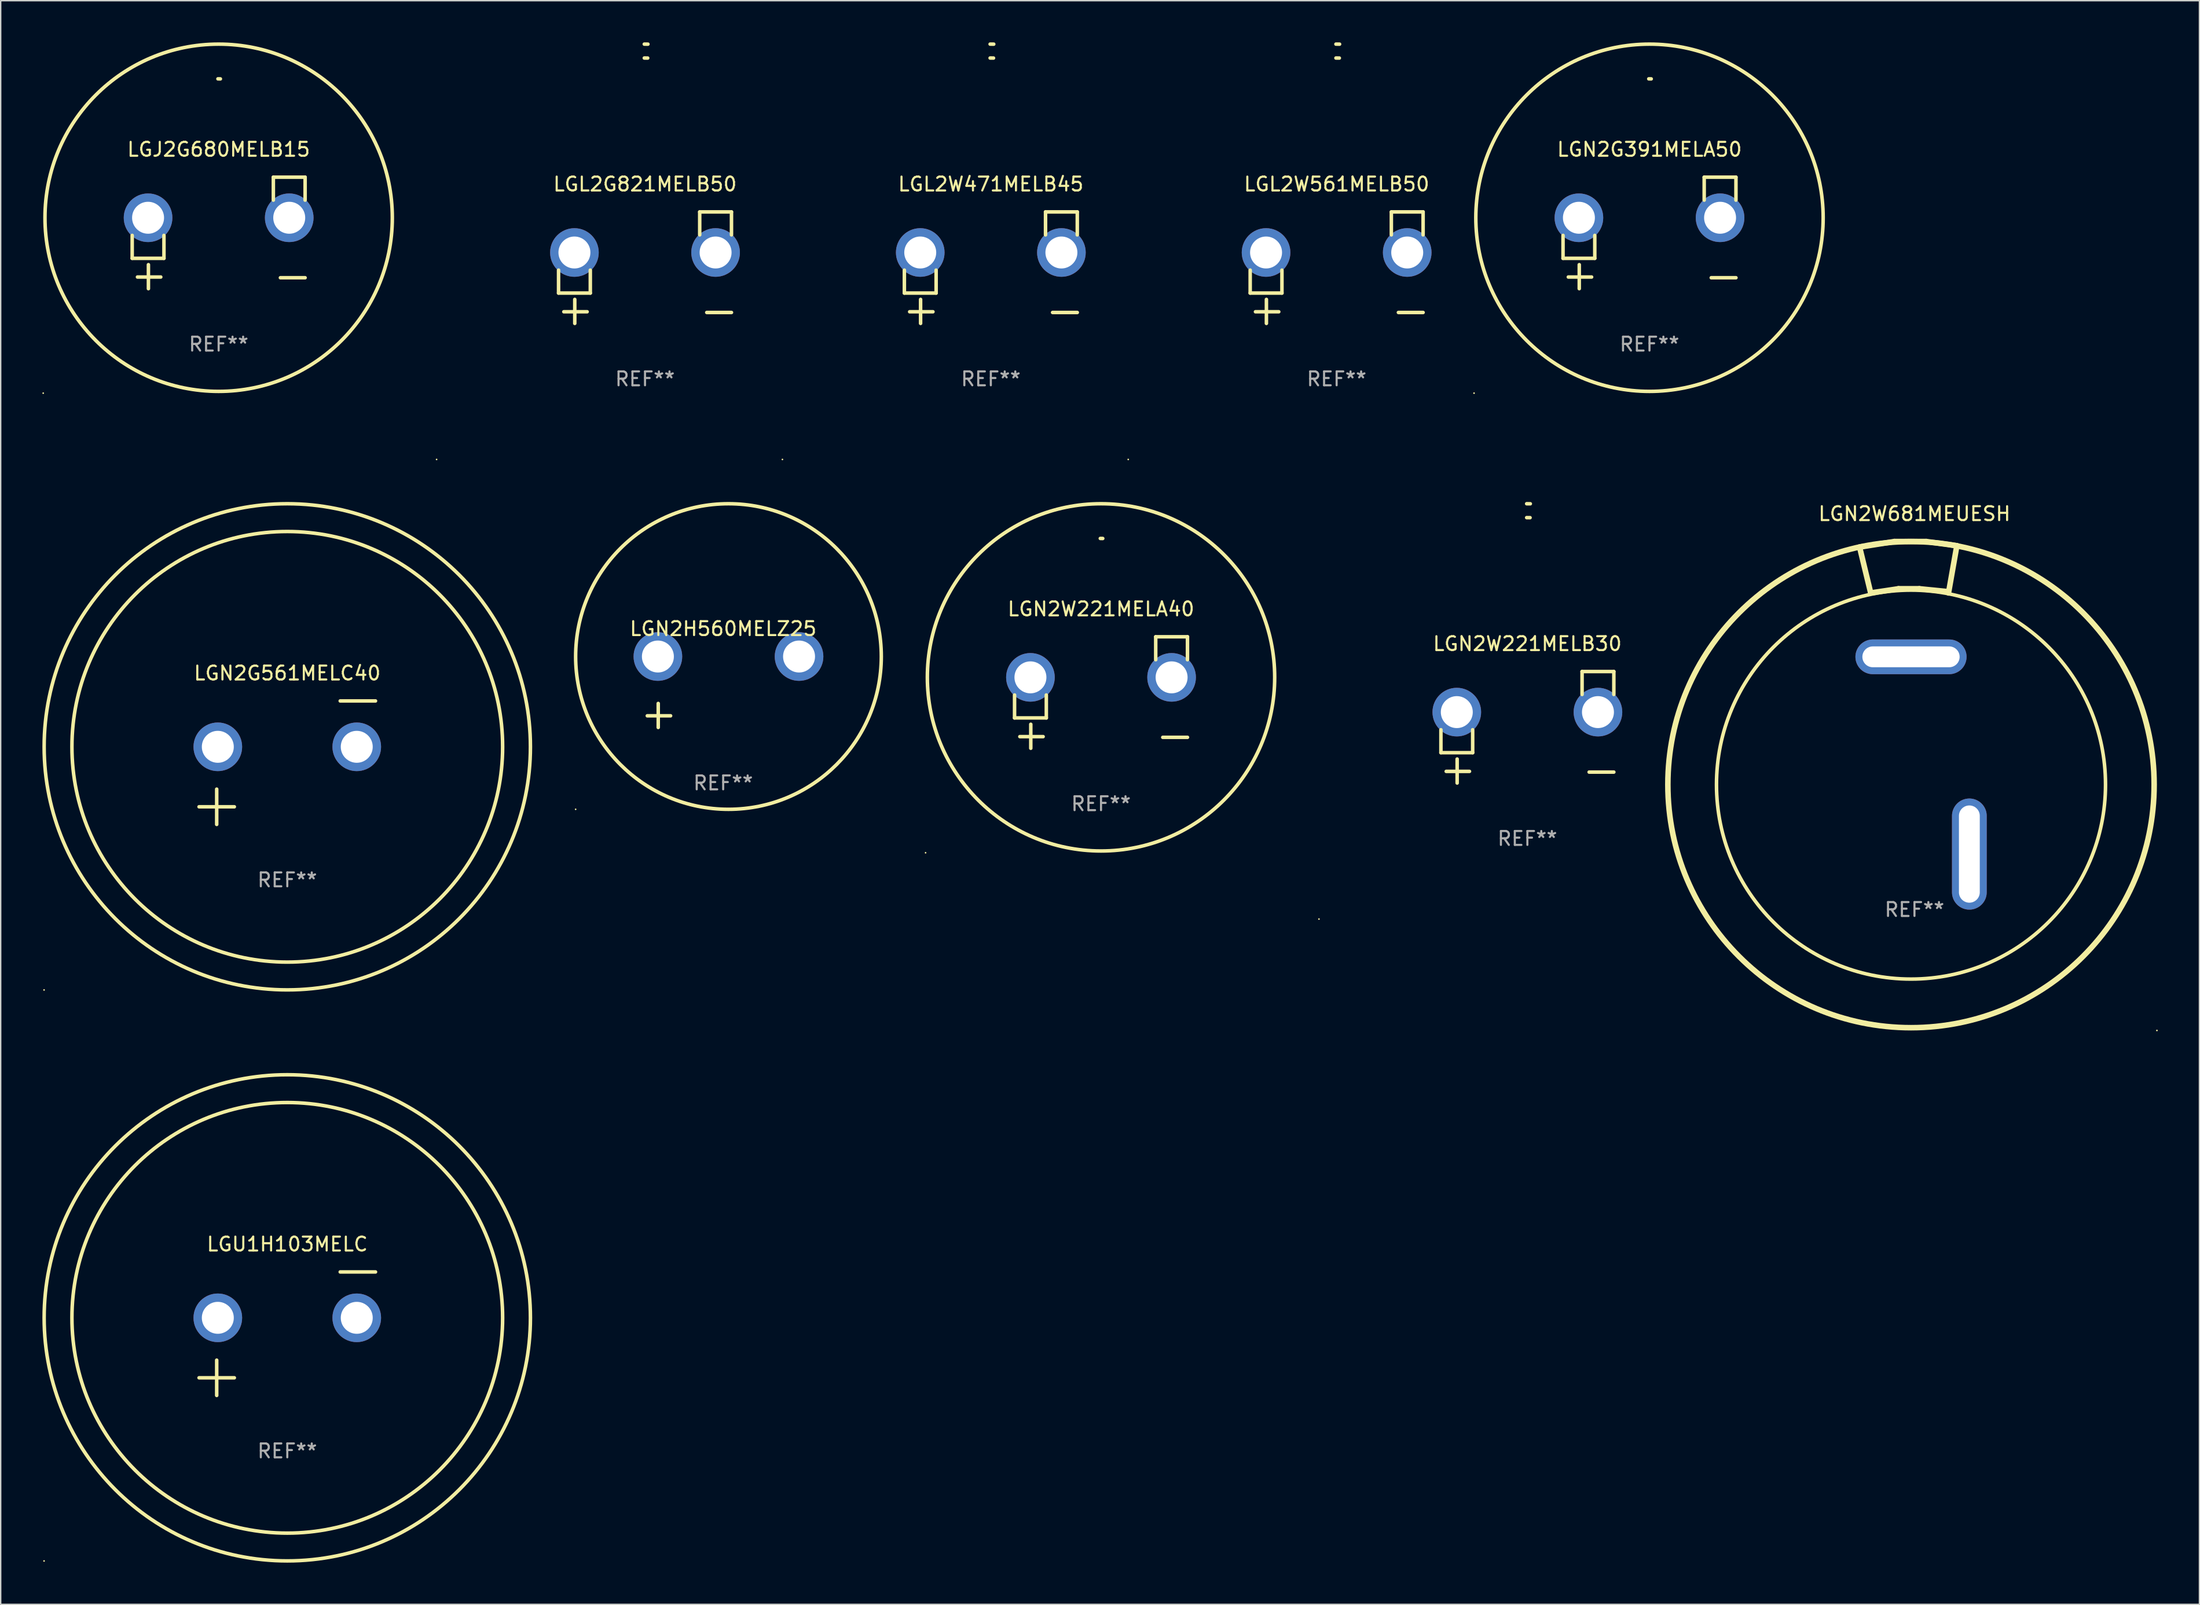
<source format=kicad_pcb>
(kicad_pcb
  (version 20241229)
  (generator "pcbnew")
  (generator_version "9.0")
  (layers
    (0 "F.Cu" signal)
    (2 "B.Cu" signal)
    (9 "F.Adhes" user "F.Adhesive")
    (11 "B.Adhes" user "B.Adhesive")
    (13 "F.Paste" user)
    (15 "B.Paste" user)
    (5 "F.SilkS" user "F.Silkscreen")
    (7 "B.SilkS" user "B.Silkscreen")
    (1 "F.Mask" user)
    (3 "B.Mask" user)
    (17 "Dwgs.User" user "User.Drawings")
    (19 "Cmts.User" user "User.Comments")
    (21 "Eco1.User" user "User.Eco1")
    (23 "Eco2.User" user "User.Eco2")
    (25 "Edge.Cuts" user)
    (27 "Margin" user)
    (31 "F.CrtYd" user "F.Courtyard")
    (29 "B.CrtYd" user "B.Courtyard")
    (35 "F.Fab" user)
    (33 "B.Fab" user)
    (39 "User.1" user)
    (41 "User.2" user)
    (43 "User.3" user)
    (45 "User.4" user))
  (footprint "LGN2W681MEUESH"
    (layer "F.Cu")
    (at 134.743 47.187)
    (property "Reference" "LGN2W681MEUESH" (at 0 -13.25 0) (layer "F.SilkS") (effects (font (size 1 1) (thickness 0.15))))
    (attr through_hole)
    (fp_line (start -3.95 -10.85) (end -3.15 -7.55) (stroke (width 0.4) (type solid)) (layer "F.SilkS"))
    (fp_line (start -3.15 -7.55) (end -1.15 -7.85) (stroke (width 0.4) (type solid)) (layer "F.SilkS"))
    (fp_line (start -1.45 -11.25) (end -3.95 -10.85) (stroke (width 0.4) (type solid)) (layer "F.SilkS"))
    (fp_line (start -1.15 -7.85) (end 0.35 -7.85) (stroke (width 0.4) (type solid)) (layer "F.SilkS"))
    (fp_line (start 0.35 -7.85) (end 2.35 -7.65) (stroke (width 0.4) (type solid)) (layer "F.SilkS"))
    (fp_line (start 0.85 -11.25) (end -1.45 -11.25) (stroke (width 0.4) (type solid)) (layer "F.SilkS"))
    (fp_line (start 2.45 -7.55) (end 3.05 -10.95) (stroke (width 0.4) (type solid)) (layer "F.SilkS"))
    (fp_line (start 3.05 -10.95) (end 0.85 -11.25) (stroke (width 0.4) (type solid)) (layer "F.SilkS"))
    (fp_circle (center -0.25 6.25) (end 13.75 6.25) (stroke (width 0.254) (type solid)) (fill no) (layer "F.SilkS"))
    (fp_circle (center -0.25 6.25) (end 17.25 6.25) (stroke (width 0.4) (type solid)) (fill no) (layer "F.SilkS"))
    (fp_circle (center 17.45 23.95) (end 17.48 23.95) (stroke (width 0.06) (type solid)) (fill no) (layer "F.SilkS"))
    (fp_text user "REF**" (at 0 15.25 0) (layer "F.Fab") (effects (font (size 1 1) (thickness 0.15))))
    (pad "1" thru_hole oval (at 3.95 11.25 180) (size 2.5 8) (drill oval 1.5 7) (layers "*.Cu" "*.Mask"))
    (pad "2" thru_hole oval (at -0.25 -2.95 270) (size 2.5 8) (drill oval 1.5 7) (layers "*.Cu" "*.Mask")))
  (footprint "LGN2G561MELC40"
    (layer "F.Cu")
    (at 17.627 51.858)
    (property "Reference" "LGN2G561MELC40" (at 0 -6.445 0) (layer "F.SilkS") (effects (font (size 1 1) (thickness 0.15))))
    (attr through_hole)
    (fp_line (start -6.35 3.175) (end -3.81 3.175) (stroke (width 0.254) (type solid)) (layer "F.SilkS"))
    (fp_line (start -5.08 1.905) (end -5.08 4.445) (stroke (width 0.254) (type solid)) (layer "F.SilkS"))
    (fp_line (start 3.81 -4.445) (end 6.35 -4.445) (stroke (width 0.254) (type solid)) (layer "F.SilkS"))
    (fp_circle (center -17.505 16.362) (end -17.475 16.362) (stroke (width 0.06) (type solid)) (fill no) (layer "F.SilkS"))
    (fp_circle (center 0 -1.143) (end 15.5 -1.143) (stroke (width 0.254) (type solid)) (fill no) (layer "F.SilkS"))
    (fp_circle (center 0 -1.143) (end 17.5 -1.143) (stroke (width 0.254) (type solid)) (fill no) (layer "F.SilkS"))
    (fp_text user "REF**" (at 0 8.445 0) (layer "F.Fab") (effects (font (size 1 1) (thickness 0.15))))
    (pad "1" thru_hole circle (at -5 -1.143) (size 3.5 3.5) (drill 2.3) (layers "*.Cu" "*.Mask"))
    (pad "2" thru_hole circle (at 5 -1.143) (size 3.5 3.5) (drill 2.3) (layers "*.Cu" "*.Mask")))
  (footprint "LGL2G821MELB50"
    (layer "F.Cu")
    (at 43.374 16.22)
    (property "Reference" "LGL2G821MELB50" (at 0 -6.013 0) (layer "F.SilkS") (effects (font (size 1 1) (thickness 0.15))))
    (attr through_hole)
    (fp_line (start -6.223 0.178) (end -6.223 1.829) (stroke (width 0.254) (type solid)) (layer "F.SilkS"))
    (fp_line (start -6.223 1.829) (end -3.937 1.829) (stroke (width 0.254) (type solid)) (layer "F.SilkS"))
    (fp_line (start -5.055 4.013) (end -5.055 2.286) (stroke (width 0.254) (type solid)) (layer "F.SilkS"))
    (fp_line (start -4.166 3.175) (end -5.842 3.175) (stroke (width 0.254) (type solid)) (layer "F.SilkS"))
    (fp_line (start -3.937 1.829) (end -3.937 0.178) (stroke (width 0.254) (type solid)) (layer "F.SilkS"))
    (fp_line (start 3.937 -4.013) (end 3.937 -2.362) (stroke (width 0.254) (type solid)) (layer "F.SilkS"))
    (fp_line (start 6.223 -4.013) (end 3.937 -4.013) (stroke (width 0.254) (type solid)) (layer "F.SilkS"))
    (fp_line (start 6.223 -2.362) (end 6.223 -4.013) (stroke (width 0.254) (type solid)) (layer "F.SilkS"))
    (fp_line (start 6.223 3.226) (end 4.445 3.226) (stroke (width 0.254) (type solid)) (layer "F.SilkS"))
    (fp_arc (start -0.0508 -16.093472) (mid 0.080016 -16.092762) (end 0.210821 -16.090932) (stroke (width 0.254001) (type solid)) (layer "F.SilkS"))
    (fp_arc (start -0.0508 -15.09271) (mid 0.071125 -15.091961) (end 0.19304 -15.09017) (stroke (width 0.254001) (type solid)) (layer "F.SilkS"))
    (fp_circle (center -15 13.808) (end -14.97 13.808) (stroke (width 0.06) (type solid)) (fill no) (layer "F.SilkS"))
    (fp_text user "REF**" (at 0 8.013 0) (layer "F.Fab") (effects (font (size 1 1) (thickness 0.15))))
    (pad "1" thru_hole circle (at -5.08 -1.092) (size 3.5 3.5) (drill 2.3) (layers "*.Cu" "*.Mask"))
    (pad "2" thru_hole circle (at 5.08 -1.092) (size 3.5 3.5) (drill 2.3) (layers "*.Cu" "*.Mask")))
  (footprint "LGN2W221MELA40"
    (layer "F.Cu")
    (at 76.195 46.807)
    (property "Reference" "LGN2W221MELA40" (at 0 -6.013 0) (layer "F.SilkS") (effects (font (size 1 1) (thickness 0.15))))
    (attr through_hole)
    (fp_line (start -6.223 0.178) (end -6.223 1.829) (stroke (width 0.254) (type solid)) (layer "F.SilkS"))
    (fp_line (start -6.223 1.829) (end -3.937 1.829) (stroke (width 0.254) (type solid)) (layer "F.SilkS"))
    (fp_line (start -5.055 4.013) (end -5.055 2.286) (stroke (width 0.254) (type solid)) (layer "F.SilkS"))
    (fp_line (start -4.166 3.175) (end -5.842 3.175) (stroke (width 0.254) (type solid)) (layer "F.SilkS"))
    (fp_line (start -3.937 1.829) (end -3.937 0.178) (stroke (width 0.254) (type solid)) (layer "F.SilkS"))
    (fp_line (start 3.937 -4.013) (end 3.937 -2.362) (stroke (width 0.254) (type solid)) (layer "F.SilkS"))
    (fp_line (start 6.223 -4.013) (end 3.937 -4.013) (stroke (width 0.254) (type solid)) (layer "F.SilkS"))
    (fp_line (start 6.223 -2.362) (end 6.223 -4.013) (stroke (width 0.254) (type solid)) (layer "F.SilkS"))
    (fp_line (start 6.223 3.226) (end 4.445 3.226) (stroke (width 0.254) (type solid)) (layer "F.SilkS"))
    (fp_arc (start -0.0508 -11.092202) (mid 0.036835 -11.091307) (end 0.12446 -11.089662) (stroke (width 0.254001) (type solid)) (layer "F.SilkS"))
    (fp_circle (center -12.627 11.535) (end -12.597 11.535) (stroke (width 0.06) (type solid)) (fill no) (layer "F.SilkS"))
    (fp_circle (center 0 -1.092) (end 12.5 -1.092) (stroke (width 0.254) (type solid)) (fill no) (layer "F.SilkS"))
    (fp_text user "REF**" (at 0 8.013 0) (layer "F.Fab") (effects (font (size 1 1) (thickness 0.15))))
    (pad "1" thru_hole circle (at -5.08 -1.092) (size 3.5 3.5) (drill 2.3) (layers "*.Cu" "*.Mask"))
    (pad "2" thru_hole circle (at 5.08 -1.092) (size 3.5 3.5) (drill 2.3) (layers "*.Cu" "*.Mask")))
  (footprint "LGU1H103MELC"
    (layer "F.Cu")
    (at 17.627 92.967)
    (property "Reference" "LGU1H103MELC" (at 0 -6.445 0) (layer "F.SilkS") (effects (font (size 1 1) (thickness 0.15))))
    (attr through_hole)
    (fp_line (start -6.35 3.175) (end -3.81 3.175) (stroke (width 0.254) (type solid)) (layer "F.SilkS"))
    (fp_line (start -5.08 1.905) (end -5.08 4.445) (stroke (width 0.254) (type solid)) (layer "F.SilkS"))
    (fp_line (start 3.81 -4.445) (end 6.35 -4.445) (stroke (width 0.254) (type solid)) (layer "F.SilkS"))
    (fp_circle (center -17.505 16.362) (end -17.475 16.362) (stroke (width 0.06) (type solid)) (fill no) (layer "F.SilkS"))
    (fp_circle (center 0 -1.143) (end 15.5 -1.143) (stroke (width 0.254) (type solid)) (fill no) (layer "F.SilkS"))
    (fp_circle (center 0 -1.143) (end 17.5 -1.143) (stroke (width 0.254) (type solid)) (fill no) (layer "F.SilkS"))
    (fp_text user "REF**" (at 0 8.445 0) (layer "F.Fab") (effects (font (size 1 1) (thickness 0.15))))
    (pad "1" thru_hole circle (at -5 -1.143) (size 3.5 3.5) (drill 2.3) (layers "*.Cu" "*.Mask"))
    (pad "2" thru_hole circle (at 5 -1.143) (size 3.5 3.5) (drill 2.3) (layers "*.Cu" "*.Mask")))
  (footprint "LGN2W221MELB30"
    (layer "F.Cu")
    (at 106.882 49.309)
    (property "Reference" "LGN2W221MELB30" (at 0 -6.013 0) (layer "F.SilkS") (effects (font (size 1 1) (thickness 0.15))))
    (attr through_hole)
    (fp_line (start -6.223 0.178) (end -6.223 1.829) (stroke (width 0.254) (type solid)) (layer "F.SilkS"))
    (fp_line (start -6.223 1.829) (end -3.937 1.829) (stroke (width 0.254) (type solid)) (layer "F.SilkS"))
    (fp_line (start -5.055 4.013) (end -5.055 2.286) (stroke (width 0.254) (type solid)) (layer "F.SilkS"))
    (fp_line (start -4.166 3.175) (end -5.842 3.175) (stroke (width 0.254) (type solid)) (layer "F.SilkS"))
    (fp_line (start -3.937 1.829) (end -3.937 0.178) (stroke (width 0.254) (type solid)) (layer "F.SilkS"))
    (fp_line (start 3.937 -4.013) (end 3.937 -2.362) (stroke (width 0.254) (type solid)) (layer "F.SilkS"))
    (fp_line (start 6.223 -4.013) (end 3.937 -4.013) (stroke (width 0.254) (type solid)) (layer "F.SilkS"))
    (fp_line (start 6.223 -2.362) (end 6.223 -4.013) (stroke (width 0.254) (type solid)) (layer "F.SilkS"))
    (fp_line (start 6.223 3.226) (end 4.445 3.226) (stroke (width 0.254) (type solid)) (layer "F.SilkS"))
    (fp_arc (start -0.0508 -16.093472) (mid 0.080016 -16.092762) (end 0.210821 -16.090932) (stroke (width 0.254001) (type solid)) (layer "F.SilkS"))
    (fp_arc (start -0.0508 -15.09271) (mid 0.071125 -15.091961) (end 0.19304 -15.09017) (stroke (width 0.254001) (type solid)) (layer "F.SilkS"))
    (fp_circle (center -15 13.808) (end -14.97 13.808) (stroke (width 0.06) (type solid)) (fill no) (layer "F.SilkS"))
    (fp_text user "REF**" (at 0 8.013 0) (layer "F.Fab") (effects (font (size 1 1) (thickness 0.15))))
    (pad "1" thru_hole circle (at -5.08 -1.092) (size 3.5 3.5) (drill 2.3) (layers "*.Cu" "*.Mask"))
    (pad "2" thru_hole circle (at 5.08 -1.092) (size 3.5 3.5) (drill 2.3) (layers "*.Cu" "*.Mask")))
  (footprint "LGJ2G680MELB15"
    (layer "F.Cu")
    (at 12.687 13.719)
    (property "Reference" "LGJ2G680MELB15" (at 0 -6.013 0) (layer "F.SilkS") (effects (font (size 1 1) (thickness 0.15))))
    (attr through_hole)
    (fp_line (start -6.223 0.178) (end -6.223 1.829) (stroke (width 0.254) (type solid)) (layer "F.SilkS"))
    (fp_line (start -6.223 1.829) (end -3.937 1.829) (stroke (width 0.254) (type solid)) (layer "F.SilkS"))
    (fp_line (start -5.055 4.013) (end -5.055 2.286) (stroke (width 0.254) (type solid)) (layer "F.SilkS"))
    (fp_line (start -4.166 3.175) (end -5.842 3.175) (stroke (width 0.254) (type solid)) (layer "F.SilkS"))
    (fp_line (start -3.937 1.829) (end -3.937 0.178) (stroke (width 0.254) (type solid)) (layer "F.SilkS"))
    (fp_line (start 3.937 -4.013) (end 3.937 -2.362) (stroke (width 0.254) (type solid)) (layer "F.SilkS"))
    (fp_line (start 6.223 -4.013) (end 3.937 -4.013) (stroke (width 0.254) (type solid)) (layer "F.SilkS"))
    (fp_line (start 6.223 -2.362) (end 6.223 -4.013) (stroke (width 0.254) (type solid)) (layer "F.SilkS"))
    (fp_line (start 6.223 3.226) (end 4.445 3.226) (stroke (width 0.254) (type solid)) (layer "F.SilkS"))
    (fp_arc (start -0.0508 -11.092202) (mid 0.036835 -11.091307) (end 0.12446 -11.089662) (stroke (width 0.254001) (type solid)) (layer "F.SilkS"))
    (fp_circle (center -12.627 11.535) (end -12.597 11.535) (stroke (width 0.06) (type solid)) (fill no) (layer "F.SilkS"))
    (fp_circle (center 0 -1.092) (end 12.5 -1.092) (stroke (width 0.254) (type solid)) (fill no) (layer "F.SilkS"))
    (fp_text user "REF**" (at 0 8.013 0) (layer "F.Fab") (effects (font (size 1 1) (thickness 0.15))))
    (pad "1" thru_hole circle (at -5.08 -1.092) (size 3.5 3.5) (drill 2.3) (layers "*.Cu" "*.Mask"))
    (pad "2" thru_hole circle (at 5.08 -1.092) (size 3.5 3.5) (drill 2.3) (layers "*.Cu" "*.Mask")))
  (footprint "LGN2H560MELZ25"
    (layer "F.Cu")
    (at 49 46.768)
    (property "Reference" "LGN2H560MELZ25" (at 0 -4.553 0) (layer "F.SilkS") (effects (font (size 1 1) (thickness 0.15))))
    (attr through_hole)
    (fp_line (start -4.674 2.553) (end -4.674 0.826) (stroke (width 0.254) (type solid)) (layer "F.SilkS"))
    (fp_line (start -3.785 1.715) (end -5.461 1.715) (stroke (width 0.254) (type solid)) (layer "F.SilkS"))
    (fp_circle (center -10.619 8.447) (end -10.589 8.447) (stroke (width 0.06) (type solid)) (fill no) (layer "F.SilkS"))
    (fp_circle (center 0.381 -2.553) (end 11.381 -2.553) (stroke (width 0.254) (type solid)) (fill no) (layer "F.SilkS"))
    (fp_text user "REF**" (at 0 6.553 0) (layer "F.Fab") (effects (font (size 1 1) (thickness 0.15))))
    (pad "1" thru_hole circle (at -4.699 -2.553) (size 3.5 3.5) (drill 2.3) (layers "*.Cu" "*.Mask"))
    (pad "2" thru_hole circle (at 5.461 -2.553) (size 3.5 3.5) (drill 2.3) (layers "*.Cu" "*.Mask")))
  (footprint "LGL2W471MELB45"
    (layer "F.Cu")
    (at 68.264 16.22)
    (property "Reference" "LGL2W471MELB45" (at 0 -6.013 0) (layer "F.SilkS") (effects (font (size 1 1) (thickness 0.15))))
    (attr through_hole)
    (fp_line (start -6.223 0.178) (end -6.223 1.829) (stroke (width 0.254) (type solid)) (layer "F.SilkS"))
    (fp_line (start -6.223 1.829) (end -3.937 1.829) (stroke (width 0.254) (type solid)) (layer "F.SilkS"))
    (fp_line (start -5.055 4.013) (end -5.055 2.286) (stroke (width 0.254) (type solid)) (layer "F.SilkS"))
    (fp_line (start -4.166 3.175) (end -5.842 3.175) (stroke (width 0.254) (type solid)) (layer "F.SilkS"))
    (fp_line (start -3.937 1.829) (end -3.937 0.178) (stroke (width 0.254) (type solid)) (layer "F.SilkS"))
    (fp_line (start 3.937 -4.013) (end 3.937 -2.362) (stroke (width 0.254) (type solid)) (layer "F.SilkS"))
    (fp_line (start 6.223 -4.013) (end 3.937 -4.013) (stroke (width 0.254) (type solid)) (layer "F.SilkS"))
    (fp_line (start 6.223 -2.362) (end 6.223 -4.013) (stroke (width 0.254) (type solid)) (layer "F.SilkS"))
    (fp_line (start 6.223 3.226) (end 4.445 3.226) (stroke (width 0.254) (type solid)) (layer "F.SilkS"))
    (fp_arc (start -0.0508 -16.093472) (mid 0.080016 -16.092762) (end 0.210821 -16.090932) (stroke (width 0.254001) (type solid)) (layer "F.SilkS"))
    (fp_arc (start -0.0508 -15.09271) (mid 0.071125 -15.091961) (end 0.19304 -15.09017) (stroke (width 0.254001) (type solid)) (layer "F.SilkS"))
    (fp_circle (center -15 13.808) (end -14.97 13.808) (stroke (width 0.06) (type solid)) (fill no) (layer "F.SilkS"))
    (fp_text user "REF**" (at 0 8.013 0) (layer "F.Fab") (effects (font (size 1 1) (thickness 0.15))))
    (pad "1" thru_hole circle (at -5.08 -1.092) (size 3.5 3.5) (drill 2.3) (layers "*.Cu" "*.Mask"))
    (pad "2" thru_hole circle (at 5.08 -1.092) (size 3.5 3.5) (drill 2.3) (layers "*.Cu" "*.Mask")))
  (footprint "LGL2W561MELB50"
    (layer "F.Cu")
    (at 93.154 16.22)
    (property "Reference" "LGL2W561MELB50" (at 0 -6.013 0) (layer "F.SilkS") (effects (font (size 1 1) (thickness 0.15))))
    (attr through_hole)
    (fp_line (start -6.223 0.178) (end -6.223 1.829) (stroke (width 0.254) (type solid)) (layer "F.SilkS"))
    (fp_line (start -6.223 1.829) (end -3.937 1.829) (stroke (width 0.254) (type solid)) (layer "F.SilkS"))
    (fp_line (start -5.055 4.013) (end -5.055 2.286) (stroke (width 0.254) (type solid)) (layer "F.SilkS"))
    (fp_line (start -4.166 3.175) (end -5.842 3.175) (stroke (width 0.254) (type solid)) (layer "F.SilkS"))
    (fp_line (start -3.937 1.829) (end -3.937 0.178) (stroke (width 0.254) (type solid)) (layer "F.SilkS"))
    (fp_line (start 3.937 -4.013) (end 3.937 -2.362) (stroke (width 0.254) (type solid)) (layer "F.SilkS"))
    (fp_line (start 6.223 -4.013) (end 3.937 -4.013) (stroke (width 0.254) (type solid)) (layer "F.SilkS"))
    (fp_line (start 6.223 -2.362) (end 6.223 -4.013) (stroke (width 0.254) (type solid)) (layer "F.SilkS"))
    (fp_line (start 6.223 3.226) (end 4.445 3.226) (stroke (width 0.254) (type solid)) (layer "F.SilkS"))
    (fp_arc (start -0.0508 -16.093472) (mid 0.080016 -16.092762) (end 0.210821 -16.090932) (stroke (width 0.254001) (type solid)) (layer "F.SilkS"))
    (fp_arc (start -0.0508 -15.09271) (mid 0.071125 -15.091961) (end 0.19304 -15.09017) (stroke (width 0.254001) (type solid)) (layer "F.SilkS"))
    (fp_circle (center -15 13.808) (end -14.97 13.808) (stroke (width 0.06) (type solid)) (fill no) (layer "F.SilkS"))
    (fp_text user "REF**" (at 0 8.013 0) (layer "F.Fab") (effects (font (size 1 1) (thickness 0.15))))
    (pad "1" thru_hole circle (at -5.08 -1.092) (size 3.5 3.5) (drill 2.3) (layers "*.Cu" "*.Mask"))
    (pad "2" thru_hole circle (at 5.08 -1.092) (size 3.5 3.5) (drill 2.3) (layers "*.Cu" "*.Mask")))
  (footprint "LGN2G391MELA50"
    (layer "F.Cu")
    (at 115.671 13.719)
    (property "Reference" "LGN2G391MELA50" (at 0 -6.013 0) (layer "F.SilkS") (effects (font (size 1 1) (thickness 0.15))))
    (attr through_hole)
    (fp_line (start -6.223 0.178) (end -6.223 1.829) (stroke (width 0.254) (type solid)) (layer "F.SilkS"))
    (fp_line (start -6.223 1.829) (end -3.937 1.829) (stroke (width 0.254) (type solid)) (layer "F.SilkS"))
    (fp_line (start -5.055 4.013) (end -5.055 2.286) (stroke (width 0.254) (type solid)) (layer "F.SilkS"))
    (fp_line (start -4.166 3.175) (end -5.842 3.175) (stroke (width 0.254) (type solid)) (layer "F.SilkS"))
    (fp_line (start -3.937 1.829) (end -3.937 0.178) (stroke (width 0.254) (type solid)) (layer "F.SilkS"))
    (fp_line (start 3.937 -4.013) (end 3.937 -2.362) (stroke (width 0.254) (type solid)) (layer "F.SilkS"))
    (fp_line (start 6.223 -4.013) (end 3.937 -4.013) (stroke (width 0.254) (type solid)) (layer "F.SilkS"))
    (fp_line (start 6.223 -2.362) (end 6.223 -4.013) (stroke (width 0.254) (type solid)) (layer "F.SilkS"))
    (fp_line (start 6.223 3.226) (end 4.445 3.226) (stroke (width 0.254) (type solid)) (layer "F.SilkS"))
    (fp_arc (start -0.0508 -11.092202) (mid 0.036835 -11.091307) (end 0.12446 -11.089662) (stroke (width 0.254001) (type solid)) (layer "F.SilkS"))
    (fp_circle (center -12.627 11.535) (end -12.597 11.535) (stroke (width 0.06) (type solid)) (fill no) (layer "F.SilkS"))
    (fp_circle (center 0 -1.092) (end 12.5 -1.092) (stroke (width 0.254) (type solid)) (fill no) (layer "F.SilkS"))
    (fp_text user "REF**" (at 0 8.013 0) (layer "F.Fab") (effects (font (size 1 1) (thickness 0.15))))
    (pad "1" thru_hole circle (at -5.08 -1.092) (size 3.5 3.5) (drill 2.3) (layers "*.Cu" "*.Mask"))
    (pad "2" thru_hole circle (at 5.08 -1.092) (size 3.5 3.5) (drill 2.3) (layers "*.Cu" "*.Mask")))
  (gr_rect
    (start -3 -3)
    (end 155.253 112.451)
    (stroke (width 0.1) (type default))
    (fill no)
    (layer "Edge.Cuts")))
</source>
